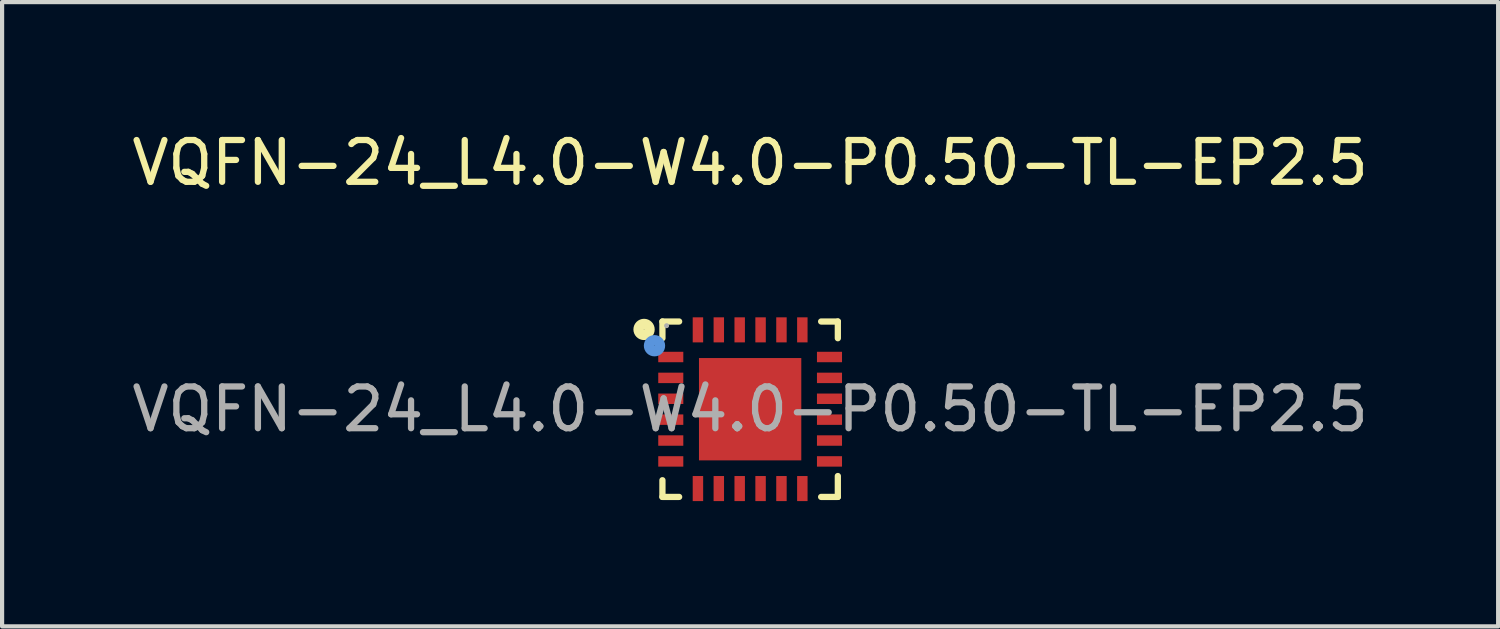
<source format=kicad_pcb>
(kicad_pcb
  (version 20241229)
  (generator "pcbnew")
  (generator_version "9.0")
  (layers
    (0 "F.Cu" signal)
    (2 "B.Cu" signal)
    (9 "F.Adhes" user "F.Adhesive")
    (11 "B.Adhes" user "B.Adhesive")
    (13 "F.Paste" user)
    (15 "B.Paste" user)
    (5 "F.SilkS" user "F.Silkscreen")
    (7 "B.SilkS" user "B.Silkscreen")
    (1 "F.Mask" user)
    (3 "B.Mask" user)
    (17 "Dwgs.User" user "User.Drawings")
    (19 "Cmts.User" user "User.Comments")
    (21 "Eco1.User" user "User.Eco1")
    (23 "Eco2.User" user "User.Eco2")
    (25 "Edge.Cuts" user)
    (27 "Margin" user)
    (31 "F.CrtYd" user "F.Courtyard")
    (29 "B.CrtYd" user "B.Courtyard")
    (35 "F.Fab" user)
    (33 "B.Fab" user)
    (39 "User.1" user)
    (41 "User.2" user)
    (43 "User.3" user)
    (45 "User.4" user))
  (footprint "VQFN-24_L4.0-W4.0-P0.50-TL-EP2.5"
    (layer "F.Cu")
    (at 14.911 6.748)
    (property "Reference" "VQFN-24_L4.0-W4.0-P0.50-TL-EP2.5" (at 0 -5.9 0) (layer "F.SilkS") (effects (font (size 1 1) (thickness 0.15))))
    (attr smd)
    (fp_line (start -2.1 -2.1) (end -1.7 -2.1) (stroke (width 0.15) (type solid)) (layer "F.SilkS"))
    (fp_line (start -2.1 -1.7) (end -2.1 -2.1) (stroke (width 0.15) (type solid)) (layer "F.SilkS"))
    (fp_line (start -2.1 1.7) (end -2.1 2.1) (stroke (width 0.15) (type solid)) (layer "F.SilkS"))
    (fp_line (start -2.1 2.1) (end -1.7 2.1) (stroke (width 0.15) (type solid)) (layer "F.SilkS"))
    (fp_line (start 1.7 -2.1) (end 2.1 -2.1) (stroke (width 0.15) (type solid)) (layer "F.SilkS"))
    (fp_line (start 2.1 -2.1) (end 2.1 -1.7) (stroke (width 0.15) (type solid)) (layer "F.SilkS"))
    (fp_line (start 2.1 1.6) (end 2.1 2.1) (stroke (width 0.15) (type solid)) (layer "F.SilkS"))
    (fp_line (start 2.1 2.1) (end 1.7 2.1) (stroke (width 0.15) (type solid)) (layer "F.SilkS"))
    (fp_circle (center -2.54 -1.91) (end -2.41 -1.91) (stroke (width 0.25) (type solid)) (fill no) (layer "F.SilkS"))
    (fp_circle (center -2.29 -1.52) (end -2.16 -1.52) (stroke (width 0.25) (type solid)) (fill no) (layer "Cmts.User"))
    (fp_circle (center -2 -2) (end -1.97 -2) (stroke (width 0.06) (type solid)) (fill no) (layer "F.Fab"))
    (fp_text user "${REFERENCE}" (at 0 0 0) (layer "F.Fab") (effects (font (size 1 1) (thickness 0.15))))
    (pad "1" smd rect (at -1.9 -1.25) (size 0.6 0.25) (layers "F.Cu" "F.Mask" "F.Paste"))
    (pad "2" smd rect (at -1.9 -0.75) (size 0.6 0.25) (layers "F.Cu" "F.Mask" "F.Paste"))
    (pad "3" smd rect (at -1.9 -0.25) (size 0.6 0.25) (layers "F.Cu" "F.Mask" "F.Paste"))
    (pad "4" smd rect (at -1.9 0.25) (size 0.6 0.25) (layers "F.Cu" "F.Mask" "F.Paste"))
    (pad "5" smd rect (at -1.9 0.75) (size 0.6 0.25) (layers "F.Cu" "F.Mask" "F.Paste"))
    (pad "6" smd rect (at -1.9 1.25) (size 0.6 0.25) (layers "F.Cu" "F.Mask" "F.Paste"))
    (pad "7" smd rect (at -1.25 1.9) (size 0.25 0.6) (layers "F.Cu" "F.Mask" "F.Paste"))
    (pad "8" smd rect (at -0.75 1.9) (size 0.25 0.6) (layers "F.Cu" "F.Mask" "F.Paste"))
    (pad "9" smd rect (at -0.25 1.9) (size 0.25 0.6) (layers "F.Cu" "F.Mask" "F.Paste"))
    (pad "10" smd rect (at 0.25 1.9) (size 0.25 0.6) (layers "F.Cu" "F.Mask" "F.Paste"))
    (pad "11" smd rect (at 0.75 1.9) (size 0.25 0.6) (layers "F.Cu" "F.Mask" "F.Paste"))
    (pad "12" smd rect (at 1.25 1.9) (size 0.25 0.6) (layers "F.Cu" "F.Mask" "F.Paste"))
    (pad "13" smd rect (at 1.9 1.25) (size 0.6 0.25) (layers "F.Cu" "F.Mask" "F.Paste"))
    (pad "14" smd rect (at 1.9 0.75) (size 0.6 0.25) (layers "F.Cu" "F.Mask" "F.Paste"))
    (pad "15" smd rect (at 1.9 0.25) (size 0.6 0.25) (layers "F.Cu" "F.Mask" "F.Paste"))
    (pad "16" smd rect (at 1.9 -0.25) (size 0.6 0.25) (layers "F.Cu" "F.Mask" "F.Paste"))
    (pad "17" smd rect (at 1.9 -0.75) (size 0.6 0.25) (layers "F.Cu" "F.Mask" "F.Paste"))
    (pad "18" smd rect (at 1.9 -1.25) (size 0.6 0.25) (layers "F.Cu" "F.Mask" "F.Paste"))
    (pad "19" smd rect (at 1.25 -1.9) (size 0.25 0.6) (layers "F.Cu" "F.Mask" "F.Paste"))
    (pad "20" smd rect (at 0.75 -1.9) (size 0.25 0.6) (layers "F.Cu" "F.Mask" "F.Paste"))
    (pad "21" smd rect (at 0.25 -1.9) (size 0.25 0.6) (layers "F.Cu" "F.Mask" "F.Paste"))
    (pad "22" smd rect (at -0.25 -1.9) (size 0.25 0.6) (layers "F.Cu" "F.Mask" "F.Paste"))
    (pad "23" smd rect (at -0.75 -1.9) (size 0.25 0.6) (layers "F.Cu" "F.Mask" "F.Paste"))
    (pad "24" smd rect (at -1.25 -1.9) (size 0.25 0.6) (layers "F.Cu" "F.Mask" "F.Paste"))
    (pad "25" smd rect (at 0 0) (size 2.45 2.45) (layers "F.Cu" "F.Mask" "F.Paste")))
  (gr_rect
    (start -3 -3)
    (end 32.821 11.948)
    (stroke (width 0.1) (type default))
    (fill no)
    (layer "Edge.Cuts")))
</source>
